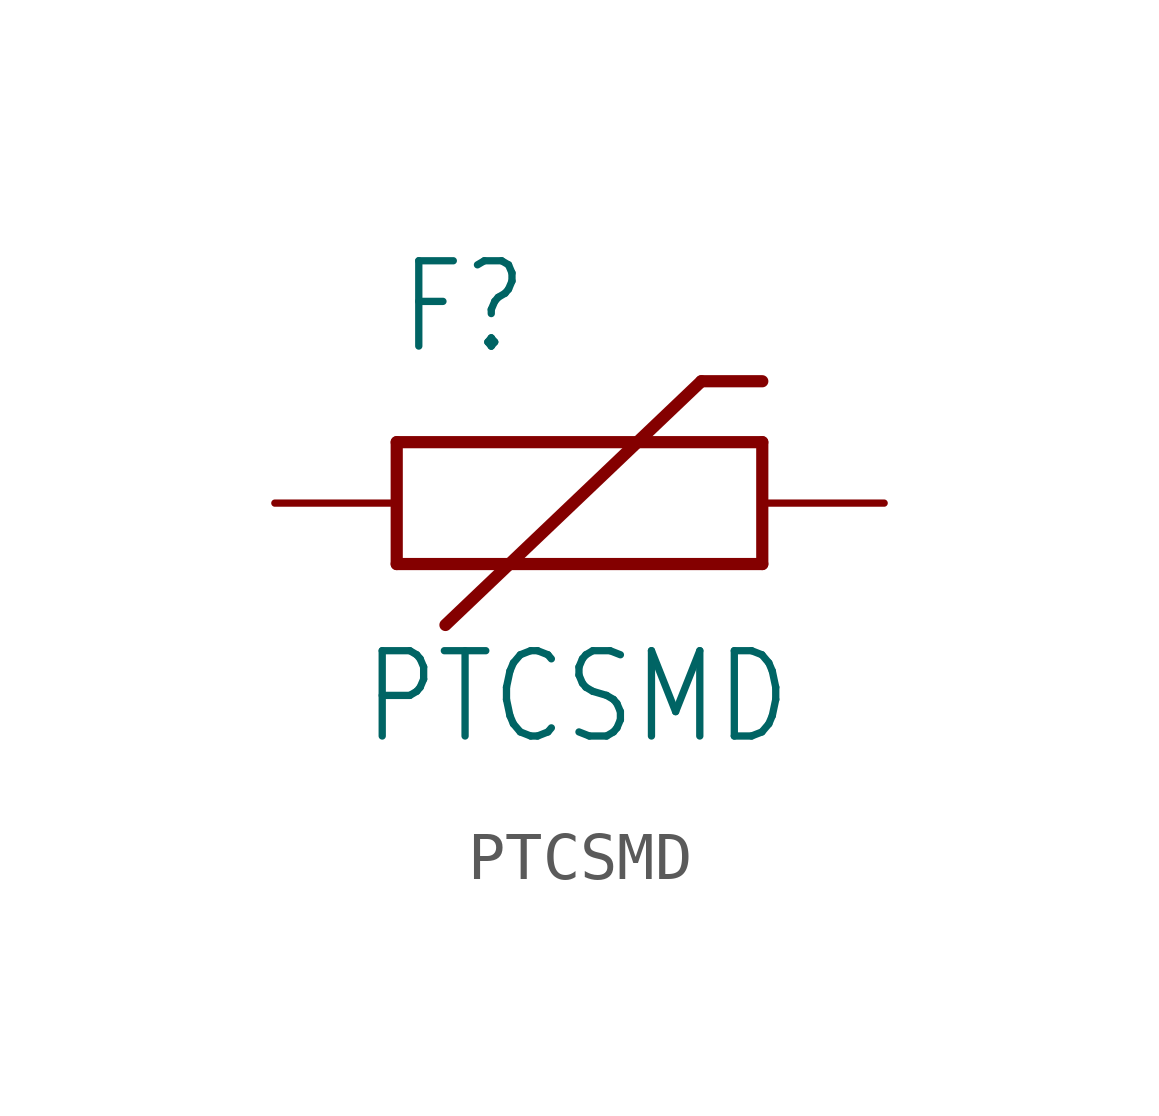
<source format=kicad_sym>
(kicad_symbol_lib
  (version 20211014)
  (generator kicad_symbol_editor)
  (symbol "PTCSMD"
    (property "Reference" "F"
      (at -2.54 3.048 0)
      (effects (font (size 1.778 1.511)) (justify left bottom)))
    (property "Value" "PTCSMD"
      (at -3.302 -5.08 0)
      (effects (font (size 1.778 1.511)) (justify left bottom)))
    (property "ki_locked" ""
      (at 0 0 0)
      (effects (font (size 1.27 1.27))))
    (symbol "PTCSMD_1_0"
      (polyline (pts (xy -2.54 -1.27) (xy -2.54 1.27)) (stroke (width 0.254) (type default) (color 0 0 0 0)) (fill (type none)))
      (polyline (pts (xy -2.54 1.27) (xy 5.08 1.27)) (stroke (width 0.254) (type default) (color 0 0 0 0)) (fill (type none)))
      (polyline (pts (xy -1.524 -2.54) (xy 3.81 2.54)) (stroke (width 0.254) (type default) (color 0 0 0 0)) (fill (type none)))
      (polyline (pts (xy 3.81 2.54) (xy 5.08 2.54)) (stroke (width 0.254) (type default) (color 0 0 0 0)) (fill (type none)))
      (polyline (pts (xy 5.08 -1.27) (xy -2.54 -1.27)) (stroke (width 0.254) (type default) (color 0 0 0 0)) (fill (type none)))
      (polyline (pts (xy 5.08 1.27) (xy 5.08 -1.27)) (stroke (width 0.254) (type default) (color 0 0 0 0)) (fill (type none)))
      (pin bidirectional line (at -5.08 0 0) (length 2.54) (name "1" (effects (font (size 0 0)))) (number "1" (effects (font (size 0 0)))))
      (pin bidirectional line (at 7.62 0 180) (length 2.54) (name "2" (effects (font (size 0 0)))) (number "2" (effects (font (size 0 0))))))))
</source>
